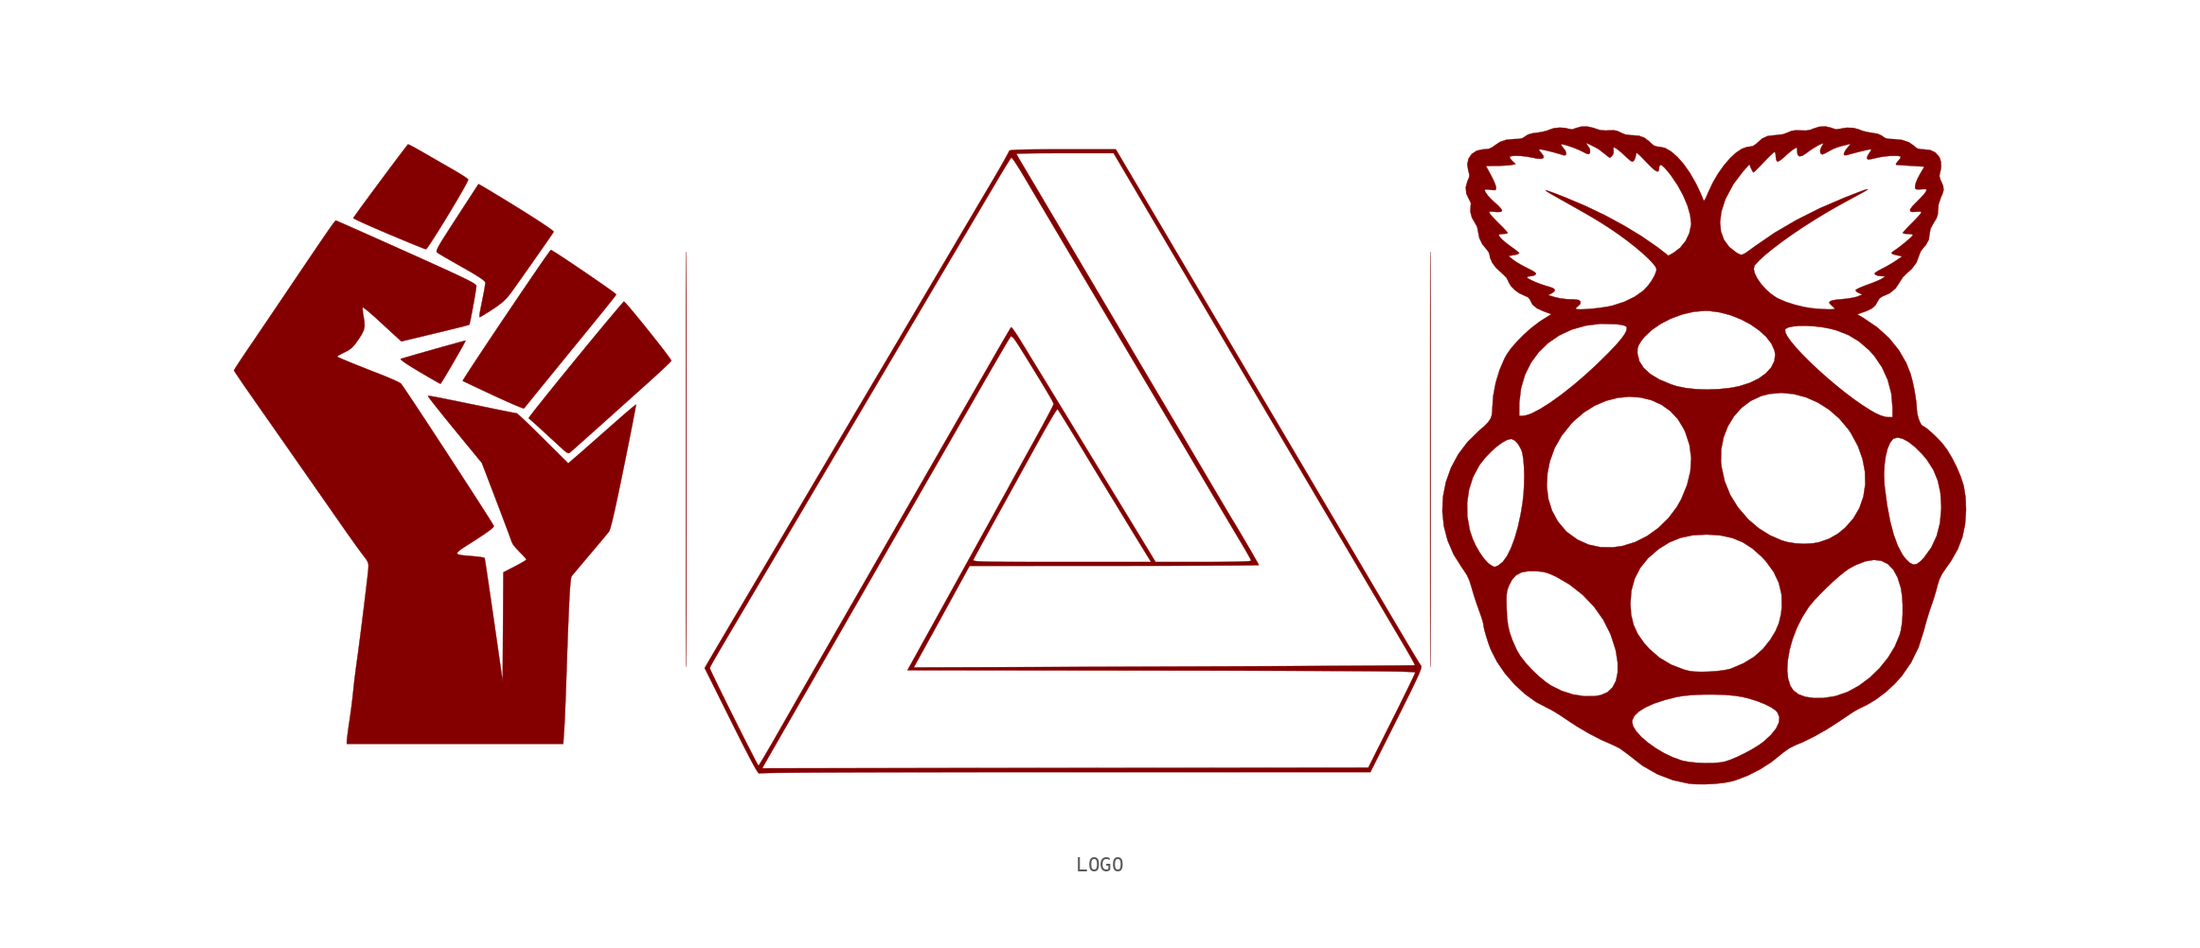
<source format=kicad_sym>
(kicad_symbol_lib
  (version 20210619)
  (generator bitmap2component)
  (symbol "LOGO"
    (pin_names
      (offset 1.016))
    (property "Reference" "#G"
      (at 0 21.548 0)
      (effects (font (size 1.27 1.27)) hide))
    (symbol "LOGO_0_0"
      (polyline (pts (xy -26.954 -13.678) (xy -26.952 -13.486) (xy -26.951 -13.136) (xy -26.949 -12.626) (xy -26.947 -11.952) (xy -26.945 -11.113) (xy -26.943 -9.913) (xy -26.941 -8.165) (xy -26.939 -6.297) (xy -26.937 -4.34) (xy -26.937 -2.32) (xy -26.936 -0.268) (xy -26.936 1.787) (xy -26.937 3.818) (xy -26.938 5.795) (xy -26.94 7.689) (xy -26.942 9.471) (xy -26.945 11.113) (xy -26.947 11.832) (xy -26.948 12.531) (xy -26.95 13.067) (xy -26.952 13.441) (xy -26.953 13.658) (xy -26.955 13.72) (xy -26.956 13.63) (xy -26.958 13.392) (xy -26.959 13.007) (xy -26.96 12.479) (xy -26.962 11.812) (xy -26.963 11.007) (xy -26.964 10.069) (xy -26.965 9) (xy -26.965 7.802) (xy -26.966 6.48) (xy -26.966 5.035) (xy -26.967 3.472) (xy -26.967 1.792) (xy -26.967 0) (xy -26.967 -1.519) (xy -26.967 -3.216) (xy -26.966 -4.798) (xy -26.966 -6.261) (xy -26.965 -7.603) (xy -26.965 -8.82) (xy -26.964 -9.91) (xy -26.963 -10.869) (xy -26.962 -11.695) (xy -26.961 -12.384) (xy -26.959 -12.934) (xy -26.958 -13.341) (xy -26.957 -13.603) (xy -26.955 -13.716) (xy -26.954 -13.678)) (stroke (width 0.01)) (fill (type outline)))
      (polyline (pts (xy 22.153 -13.678) (xy 22.154 -13.486) (xy 22.156 -13.136) (xy 22.158 -12.626) (xy 22.16 -11.952) (xy 22.161 -11.113) (xy 22.164 -9.913) (xy 22.166 -8.165) (xy 22.168 -6.297) (xy 22.169 -4.34) (xy 22.17 -2.32) (xy 22.17 -0.268) (xy 22.17 1.787) (xy 22.169 3.818) (xy 22.168 5.795) (xy 22.166 7.689) (xy 22.164 9.471) (xy 22.161 11.113) (xy 22.16 11.832) (xy 22.158 12.531) (xy 22.157 13.067) (xy 22.155 13.441) (xy 22.153 13.658) (xy 22.152 13.72) (xy 22.15 13.63) (xy 22.149 13.392) (xy 22.147 13.007) (xy 22.146 12.479) (xy 22.145 11.812) (xy 22.144 11.007) (xy 22.143 10.069) (xy 22.142 9) (xy 22.141 7.802) (xy 22.141 6.48) (xy 22.14 5.035) (xy 22.14 3.472) (xy 22.14 1.792) (xy 22.14 -1.519) (xy 22.14 -3.216) (xy 22.14 -4.798) (xy 22.141 -6.261) (xy 22.141 -7.603) (xy 22.142 -8.82) (xy 22.143 -9.91) (xy 22.144 -10.869) (xy 22.145 -11.695) (xy 22.146 -12.384) (xy 22.147 -12.934) (xy 22.148 -13.341) (xy 22.15 -13.603) (xy 22.151 -13.716) (xy 22.153 -13.678)) (stroke (width 0.01)) (fill (type outline)))
      (polyline (pts (xy 40.924 -21.432) (xy 41.51 -21.371) (xy 41.995 -21.283) (xy 42.327 -21.189) (xy 43.116 -20.886) (xy 43.915 -20.478) (xy 44.672 -19.995) (xy 45.333 -19.464) (xy 45.427 -19.382) (xy 45.846 -19.084) (xy 46.27 -18.873) (xy 46.787 -18.658) (xy 47.545 -18.281) (xy 48.355 -17.818) (xy 49.177 -17.289) (xy 49.259 -17.233) (xy 49.63 -16.981) (xy 49.9 -16.8) (xy 50.101 -16.67) (xy 50.268 -16.57) (xy 50.434 -16.482) (xy 50.632 -16.384) (xy 50.895 -16.258) (xy 50.973 -16.219) (xy 51.576 -15.858) (xy 52.195 -15.39) (xy 52.782 -14.857) (xy 53.285 -14.298) (xy 53.891 -13.418) (xy 54.383 -12.415) (xy 54.732 -11.322) (xy 54.791 -11.089) (xy 54.929 -10.595) (xy 55.077 -10.11) (xy 55.212 -9.714) (xy 55.224 -9.68) (xy 55.371 -9.248) (xy 55.513 -8.783) (xy 55.621 -8.38) (xy 55.628 -8.35) (xy 55.755 -7.93) (xy 55.927 -7.574) (xy 56.187 -7.194) (xy 56.525 -6.716) (xy 56.973 -5.925) (xy 57.279 -5.125) (xy 57.456 -4.277) (xy 57.517 -3.344) (xy 57.517 -3.312) (xy 57.482 -2.473) (xy 57.37 -1.778) (xy 57.344 -1.674) (xy 57.159 -1.114) (xy 56.903 -0.509) (xy 56.602 0.088) (xy 56.281 0.624) (xy 55.967 1.047) (xy 55.803 1.227) (xy 55.532 1.504) (xy 55.253 1.768) (xy 54.997 1.99) (xy 54.794 2.144) (xy 54.677 2.201) (xy 54.58 2.275) (xy 54.472 2.467) (xy 54.373 2.731) (xy 54.3 3.017) (xy 54.271 3.277) (xy 54.271 3.288) (xy 54.246 3.679) (xy 54.18 4.172) (xy 54.085 4.708) (xy 53.971 5.228) (xy 53.847 5.675) (xy 53.577 6.364) (xy 53.083 7.223) (xy 52.443 8.013) (xy 51.662 8.724) (xy 50.749 9.347) (xy 50.334 9.591) (xy 50.793 9.748) (xy 50.961 9.809) (xy 51.306 9.98) (xy 51.538 10.189) (xy 51.698 10.467) (xy 51.813 10.652) (xy 52.032 10.788) (xy 52.054 10.794) (xy 52.487 10.986) (xy 52.857 11.292) (xy 53.112 11.669) (xy 53.123 11.691) (xy 53.346 12.037) (xy 53.632 12.321) (xy 53.933 12.588) (xy 54.245 13.007) (xy 54.408 13.45) (xy 54.41 13.461) (xy 54.523 13.744) (xy 54.711 13.995) (xy 54.863 14.162) (xy 55.058 14.522) (xy 55.118 14.955) (xy 55.178 15.254) (xy 55.393 15.648) (xy 55.562 15.924) (xy 55.648 16.185) (xy 55.673 16.51) (xy 55.703 16.847) (xy 55.864 17.332) (xy 55.948 17.507) (xy 56.034 17.794) (xy 56.011 18.058) (xy 55.88 18.372) (xy 55.813 18.516) (xy 55.759 18.731) (xy 55.796 18.924) (xy 55.809 18.96) (xy 55.872 19.294) (xy 55.862 19.643) (xy 55.782 19.922) (xy 55.731 20.01) (xy 55.485 20.287) (xy 55.156 20.441) (xy 54.713 20.489) (xy 54.525 20.496) (xy 54.295 20.549) (xy 54.136 20.671) (xy 54.106 20.703) (xy 53.757 20.95) (xy 53.295 21.108) (xy 52.753 21.165) (xy 52.665 21.166) (xy 52.364 21.186) (xy 52.166 21.241) (xy 52.017 21.346) (xy 51.957 21.394) (xy 51.693 21.512) (xy 51.291 21.584) (xy 51.042 21.622) (xy 50.72 21.698) (xy 50.487 21.785) (xy 50.439 21.809) (xy 50.072 21.906) (xy 49.636 21.92) (xy 49.202 21.847) (xy 48.931 21.81) (xy 48.677 21.889) (xy 48.627 21.913) (xy 48.25 22.002) (xy 47.827 21.983) (xy 47.431 21.856) (xy 47.253 21.782) (xy 46.972 21.73) (xy 46.602 21.738) (xy 46.271 21.748) (xy 46.001 21.707) (xy 45.738 21.599) (xy 45.454 21.489) (xy 44.915 21.421) (xy 44.848 21.42) (xy 44.418 21.367) (xy 44.069 21.209) (xy 43.736 20.92) (xy 43.665 20.85) (xy 43.44 20.7) (xy 43.177 20.659) (xy 43.074 20.651) (xy 42.723 20.527) (xy 42.338 20.27) (xy 41.936 19.898) (xy 41.534 19.432) (xy 41.15 18.89) (xy 40.8 18.292) (xy 40.502 17.657) (xy 40.45 17.531) (xy 40.33 17.26) (xy 40.252 17.123) (xy 40.201 17.1) (xy 40.165 17.174) (xy 40.151 17.217) (xy 40.067 17.424) (xy 39.937 17.717) (xy 39.782 18.047) (xy 39.672 18.267) (xy 39.289 18.935) (xy 38.88 19.516) (xy 38.461 19.993) (xy 38.044 20.353) (xy 37.645 20.58) (xy 37.277 20.659) (xy 37.154 20.664) (xy 36.918 20.735) (xy 36.698 20.92) (xy 36.623 20.996) (xy 36.3 21.249) (xy 35.946 21.382) (xy 35.501 21.421) (xy 35.417 21.422) (xy 35.025 21.47) (xy 34.718 21.599) (xy 34.697 21.612) (xy 34.483 21.711) (xy 34.246 21.749) (xy 33.913 21.74) (xy 33.737 21.731) (xy 33.374 21.756) (xy 33.062 21.856) (xy 32.956 21.899) (xy 32.533 21.995) (xy 32.108 21.991) (xy 31.75 21.887) (xy 31.519 21.807) (xy 31.284 21.844) (xy 31.065 21.9) (xy 30.688 21.925) (xy 30.311 21.886) (xy 30.014 21.787) (xy 29.83 21.715) (xy 29.524 21.64) (xy 29.186 21.588) (xy 28.91 21.551) (xy 28.613 21.47) (xy 28.419 21.348) (xy 28.396 21.328) (xy 28.239 21.229) (xy 28.025 21.18) (xy 27.699 21.167) (xy 27.673 21.167) (xy 27.165 21.12) (xy 26.747 20.976) (xy 26.361 20.714) (xy 26.251 20.629) (xy 26.008 20.519) (xy 25.692 20.489) (xy 25.622 20.488) (xy 25.211 20.395) (xy 24.889 20.181) (xy 24.677 19.873) (xy 24.594 19.498) (xy 24.66 19.082) (xy 24.677 19.031) (xy 24.733 18.81) (xy 24.715 18.635) (xy 24.615 18.412) (xy 24.605 18.391) (xy 24.494 17.983) (xy 24.51 17.804) (xy 25.739 17.804) (xy 25.757 17.823) (xy 25.894 17.838) (xy 26.12 17.818) (xy 26.254 17.799) (xy 26.421 17.792) (xy 26.488 17.84) (xy 26.499 17.961) (xy 26.497 17.99) (xy 26.439 18.185) (xy 26.321 18.463) (xy 26.164 18.775) (xy 25.829 19.389) (xy 26.567 19.399) (xy 26.68 19.401) (xy 27.043 19.415) (xy 27.35 19.436) (xy 27.545 19.462) (xy 27.785 19.516) (xy 27.569 19.718) (xy 27.543 19.744) (xy 27.422 19.894) (xy 27.397 19.994) (xy 27.412 20.009) (xy 27.564 20.052) (xy 27.831 20.064) (xy 28.172 20.048) (xy 28.546 20.005) (xy 28.912 19.936) (xy 29.22 19.877) (xy 29.503 19.864) (xy 29.636 19.93) (xy 29.618 20.073) (xy 29.449 20.293) (xy 29.356 20.398) (xy 29.326 20.472) (xy 29.408 20.489) (xy 29.54 20.47) (xy 29.79 20.416) (xy 30.105 20.34) (xy 30.433 20.253) (xy 30.724 20.171) (xy 30.926 20.104) (xy 30.949 20.096) (xy 31.085 20.103) (xy 31.13 20.211) (xy 31.082 20.382) (xy 30.941 20.579) (xy 30.886 20.638) (xy 30.789 20.779) (xy 30.824 20.826) (xy 30.841 20.825) (xy 31.046 20.782) (xy 31.344 20.69) (xy 31.683 20.567) (xy 32.008 20.432) (xy 32.267 20.305) (xy 32.48 20.196) (xy 32.606 20.172) (xy 32.678 20.23) (xy 32.704 20.285) (xy 32.69 20.506) (xy 32.52 20.774) (xy 32.477 20.825) (xy 32.44 20.888) (xy 32.508 20.877) (xy 32.707 20.797) (xy 33.257 20.503) (xy 33.788 20.093) (xy 33.83 20.055) (xy 33.962 19.951) (xy 34.05 19.955) (xy 34.158 20.061) (xy 34.247 20.199) (xy 34.255 20.448) (xy 34.228 20.571) (xy 34.257 20.625) (xy 34.391 20.565) (xy 34.395 20.563) (xy 34.555 20.451) (xy 34.785 20.261) (xy 35.036 20.033) (xy 35.165 19.912) (xy 35.352 19.747) (xy 35.467 19.678) (xy 35.542 19.69) (xy 35.61 19.766) (xy 35.683 19.909) (xy 35.733 20.146) (xy 35.734 20.169) (xy 35.754 20.236) (xy 35.812 20.232) (xy 35.927 20.142) (xy 36.118 19.954) (xy 36.403 19.654) (xy 36.722 19.328) (xy 36.968 19.113) (xy 37.133 19.024) (xy 37.225 19.056) (xy 37.255 19.203) (xy 37.267 19.357) (xy 37.325 19.461) (xy 37.44 19.433) (xy 37.622 19.269) (xy 37.883 18.965) (xy 38.049 18.75) (xy 38.483 18.108) (xy 38.846 17.439) (xy 39.125 16.778) (xy 39.304 16.159) (xy 39.361 15.678) (xy 41.28 15.678) (xy 41.366 16.361) (xy 41.599 17.1) (xy 41.67 17.267) (xy 42.164 18.192) (xy 42.796 19.027) (xy 43.217 19.499) (xy 43.325 19.232) (xy 43.337 19.206) (xy 43.422 19.035) (xy 43.483 18.965) (xy 43.538 19.006) (xy 43.689 19.149) (xy 43.908 19.369) (xy 44.169 19.643) (xy 44.389 19.872) (xy 44.623 20.104) (xy 44.797 20.262) (xy 44.882 20.32) (xy 44.891 20.318) (xy 44.939 20.223) (xy 44.958 20.029) (xy 44.958 20.003) (xy 44.988 19.796) (xy 45.051 19.68) (xy 45.145 19.699) (xy 45.322 19.814) (xy 45.538 19.999) (xy 45.731 20.176) (xy 45.973 20.38) (xy 46.155 20.513) (xy 46.166 20.52) (xy 46.316 20.601) (xy 46.367 20.567) (xy 46.367 20.391) (xy 46.367 20.378) (xy 46.399 20.13) (xy 46.517 20.025) (xy 46.719 20.066) (xy 47.001 20.253) (xy 47.125 20.349) (xy 47.373 20.519) (xy 47.631 20.677) (xy 47.862 20.802) (xy 48.027 20.873) (xy 48.091 20.869) (xy 48.056 20.785) (xy 47.962 20.625) (xy 47.933 20.575) (xy 47.883 20.38) (xy 47.915 20.218) (xy 48.021 20.151) (xy 48.075 20.165) (xy 48.25 20.245) (xy 48.48 20.372) (xy 48.494 20.38) (xy 48.73 20.506) (xy 48.974 20.606) (xy 49.279 20.7) (xy 49.697 20.805) (xy 49.906 20.855) (xy 49.676 20.581) (xy 49.528 20.38) (xy 49.448 20.196) (xy 49.484 20.098) (xy 49.636 20.104) (xy 49.81 20.155) (xy 50.142 20.245) (xy 50.491 20.335) (xy 50.814 20.413) (xy 51.065 20.468) (xy 51.198 20.489) (xy 51.238 20.484) (xy 51.249 20.421) (xy 51.145 20.266) (xy 51.115 20.226) (xy 50.995 20.016) (xy 50.981 19.868) (xy 51.075 19.815) (xy 51.176 19.829) (xy 51.403 19.875) (xy 51.689 19.941) (xy 51.784 19.962) (xy 52.127 20.018) (xy 52.486 20.053) (xy 52.815 20.064) (xy 53.068 20.05) (xy 53.2 20.008) (xy 53.207 19.991) (xy 53.161 19.876) (xy 53.029 19.712) (xy 52.968 19.646) (xy 52.879 19.512) (xy 52.922 19.463) (xy 52.991 19.458) (xy 53.211 19.443) (xy 53.529 19.423) (xy 53.904 19.399) (xy 54.765 19.346) (xy 54.465 18.838) (xy 54.319 18.56) (xy 54.203 18.279) (xy 54.155 18.076) (xy 54.154 17.951) (xy 54.189 17.864) (xy 54.308 17.838) (xy 54.552 17.848) (xy 54.746 17.859) (xy 54.883 17.849) (xy 54.91 17.797) (xy 54.857 17.683) (xy 54.842 17.658) (xy 54.71 17.49) (xy 54.5 17.26) (xy 54.248 17.009) (xy 53.975 16.73) (xy 53.831 16.528) (xy 53.827 16.404) (xy 53.962 16.352) (xy 54.237 16.363) (xy 54.297 16.369) (xy 54.489 16.38) (xy 54.556 16.348) (xy 54.529 16.263) (xy 54.501 16.222) (xy 54.365 16.061) (xy 54.153 15.834) (xy 53.898 15.576) (xy 53.77 15.448) (xy 53.55 15.219) (xy 53.398 15.048) (xy 53.341 14.965) (xy 53.349 14.951) (xy 53.467 14.915) (xy 53.679 14.901) (xy 53.754 14.899) (xy 53.942 14.875) (xy 54.017 14.831) (xy 54.008 14.811) (xy 53.904 14.7) (xy 53.712 14.526) (xy 53.468 14.32) (xy 53.206 14.109) (xy 52.962 13.924) (xy 52.769 13.792) (xy 52.649 13.711) (xy 52.595 13.625) (xy 52.687 13.559) (xy 52.938 13.494) (xy 53.298 13.417) (xy 52.88 13.128) (xy 52.686 13.002) (xy 52.32 12.786) (xy 51.97 12.601) (xy 51.731 12.476) (xy 51.548 12.36) (xy 51.477 12.286) (xy 51.523 12.209) (xy 51.7 12.135) (xy 51.969 12.107) (xy 52.192 12.107) (xy 51.983 11.96) (xy 51.922 11.923) (xy 51.693 11.813) (xy 51.374 11.681) (xy 51.016 11.549) (xy 50.828 11.481) (xy 50.528 11.359) (xy 50.315 11.256) (xy 50.226 11.188) (xy 50.225 11.186) (xy 50.275 11.091) (xy 50.433 10.997) (xy 50.673 10.901) (xy 50.377 10.774) (xy 50.33 10.756) (xy 50.07 10.69) (xy 49.721 10.632) (xy 49.342 10.592) (xy 48.922 10.551) (xy 48.636 10.494) (xy 48.499 10.417) (xy 48.502 10.315) (xy 48.635 10.18) (xy 48.648 10.17) (xy 48.793 10.04) (xy 48.853 9.957) (xy 48.839 9.944) (xy 48.702 9.922) (xy 48.445 9.918) (xy 48.103 9.929) (xy 47.71 9.955) (xy 47.301 9.995) (xy 46.867 10.065) (xy 46.24 10.215) (xy 45.632 10.411) (xy 45.117 10.631) (xy 45.005 10.691) (xy 44.632 10.948) (xy 44.283 11.264) (xy 43.977 11.612) (xy 43.732 11.967) (xy 43.568 12.301) (xy 43.503 12.589) (xy 43.557 12.804) (xy 43.612 12.878) (xy 43.884 13.169) (xy 44.278 13.525) (xy 44.776 13.932) (xy 45.358 14.374) (xy 46.006 14.837) (xy 46.7 15.307) (xy 47.422 15.77) (xy 47.783 15.992) (xy 48.163 16.224) (xy 48.525 16.438) (xy 48.902 16.654) (xy 49.328 16.892) (xy 49.837 17.17) (xy 50.461 17.508) (xy 50.695 17.636) (xy 50.924 17.768) (xy 51.028 17.843) (xy 51.002 17.857) (xy 50.84 17.811) (xy 50.537 17.703) (xy 50.088 17.531) (xy 49.488 17.296) (xy 47.858 16.595) (xy 46.308 15.815) (xy 44.872 14.973) (xy 43.576 14.084) (xy 43.248 13.841) (xy 42.998 13.665) (xy 42.828 13.565) (xy 42.709 13.528) (xy 42.611 13.539) (xy 42.507 13.587) (xy 42.362 13.667) (xy 41.882 14.043) (xy 41.541 14.509) (xy 41.339 15.057) (xy 41.28 15.678) (xy 39.361 15.678) (xy 39.369 15.615) (xy 39.365 15.488) (xy 39.252 14.949) (xy 39.005 14.435) (xy 38.648 13.989) (xy 38.208 13.654) (xy 37.871 13.465) (xy 37.372 13.853) (xy 37.104 14.057) (xy 36.082 14.761) (xy 34.937 15.457) (xy 33.703 16.124) (xy 32.415 16.744) (xy 31.107 17.297) (xy 31.104 17.299) (xy 30.543 17.518) (xy 30.136 17.672) (xy 29.881 17.76) (xy 29.773 17.78) (xy 29.812 17.732) (xy 29.994 17.615) (xy 30.316 17.427) (xy 30.776 17.167) (xy 31.203 16.928) (xy 31.843 16.567) (xy 32.372 16.265) (xy 32.814 16.007) (xy 33.193 15.78) (xy 33.532 15.569) (xy 33.856 15.36) (xy 34.189 15.14) (xy 34.612 14.847) (xy 35.164 14.441) (xy 35.679 14.036) (xy 36.138 13.648) (xy 36.526 13.291) (xy 36.825 12.982) (xy 37.016 12.736) (xy 37.084 12.567) (xy 37.07 12.457) (xy 36.963 12.167) (xy 36.774 11.829) (xy 36.529 11.49) (xy 36.258 11.197) (xy 36.196 11.141) (xy 35.642 10.749) (xy 34.962 10.418) (xy 34.19 10.167) (xy 33.918 10.108) (xy 33.546 10.046) (xy 33.138 9.993) (xy 32.728 9.952) (xy 32.351 9.925) (xy 32.04 9.915) (xy 31.828 9.925) (xy 31.75 9.959) (xy 31.787 10.029) (xy 31.919 10.14) (xy 32.054 10.272) (xy 32.075 10.422) (xy 31.955 10.532) (xy 31.86 10.553) (xy 31.626 10.575) (xy 31.335 10.583) (xy 31.165 10.59) (xy 30.759 10.639) (xy 30.392 10.719) (xy 29.934 10.855) (xy 30.165 10.976) (xy 30.338 11.095) (xy 30.376 11.216) (xy 30.247 11.326) (xy 29.951 11.426) (xy 29.748 11.483) (xy 29.414 11.596) (xy 29.086 11.724) (xy 28.804 11.851) (xy 28.607 11.959) (xy 28.533 12.034) (xy 28.602 12.085) (xy 28.776 12.107) (xy 28.965 12.137) (xy 29.112 12.219) (xy 29.13 12.281) (xy 29.059 12.367) (xy 28.872 12.484) (xy 28.549 12.649) (xy 28.476 12.686) (xy 28.131 12.87) (xy 27.82 13.055) (xy 27.605 13.205) (xy 27.315 13.442) (xy 27.67 13.502) (xy 27.762 13.519) (xy 27.95 13.573) (xy 28.025 13.625) (xy 27.964 13.698) (xy 27.798 13.835) (xy 27.563 14.006) (xy 27.545 14.018) (xy 27.201 14.272) (xy 26.923 14.508) (xy 26.738 14.701) (xy 26.67 14.828) (xy 26.672 14.838) (xy 26.77 14.883) (xy 26.966 14.901) (xy 27.005 14.902) (xy 27.188 14.924) (xy 27.263 14.967) (xy 27.249 14.995) (xy 27.144 15.123) (xy 26.956 15.324) (xy 26.712 15.566) (xy 26.604 15.672) (xy 26.362 15.92) (xy 26.176 16.124) (xy 26.081 16.249) (xy 26.057 16.3) (xy 26.062 16.361) (xy 26.168 16.378) (xy 26.409 16.36) (xy 26.598 16.347) (xy 26.81 16.36) (xy 26.89 16.426) (xy 26.836 16.558) (xy 26.647 16.765) (xy 26.321 17.06) (xy 26.174 17.197) (xy 25.954 17.437) (xy 25.798 17.654) (xy 25.739 17.804) (xy 24.51 17.804) (xy 24.531 17.563) (xy 24.712 17.184) (xy 24.724 17.168) (xy 24.833 16.943) (xy 24.817 16.71) (xy 24.797 16.37) (xy 24.9 15.98) (xy 25.112 15.605) (xy 25.24 15.382) (xy 25.315 15.031) (xy 25.316 15.002) (xy 25.395 14.617) (xy 25.586 14.225) (xy 25.857 13.892) (xy 25.871 13.878) (xy 26.017 13.677) (xy 26.077 13.48) (xy 26.096 13.332) (xy 26.237 13.004) (xy 26.493 12.661) (xy 26.84 12.339) (xy 26.91 12.282) (xy 27.179 12.012) (xy 27.304 11.772) (xy 27.32 11.718) (xy 27.472 11.462) (xy 27.726 11.2) (xy 28.035 10.976) (xy 28.352 10.831) (xy 28.607 10.716) (xy 28.738 10.551) (xy 28.743 10.531) (xy 28.899 10.233) (xy 29.184 9.992) (xy 29.618 9.791) (xy 30.146 9.6) (xy 29.487 9.185) (xy 29.285 9.049) (xy 28.807 8.678) (xy 28.319 8.242) (xy 27.861 7.778) (xy 27.471 7.324) (xy 27.188 6.919) (xy 27.051 6.669) (xy 26.722 5.904) (xy 26.468 5.059) (xy 26.305 4.189) (xy 26.246 3.354) (xy 26.244 3.208) (xy 26.213 2.928) (xy 26.196 2.879) (xy 28.025 2.879) (xy 28.026 3.535) (xy 28.031 3.765) (xy 28.146 4.713) (xy 28.405 5.59) (xy 28.799 6.387) (xy 29.317 7.093) (xy 29.947 7.701) (xy 30.679 8.2) (xy 31.501 8.583) (xy 32.405 8.839) (xy 33.377 8.96) (xy 34.409 8.936) (xy 34.735 8.896) (xy 35 8.833) (xy 35.11 8.754) (xy 35.124 8.694) (xy 35.099 8.512) (xy 34.978 8.272) (xy 34.752 7.962) (xy 34.414 7.569) (xy 33.956 7.083) (xy 35.827 7.083) (xy 35.837 7.334) (xy 35.91 7.548) (xy 36.068 7.809) (xy 36.257 8.058) (xy 36.744 8.529) (xy 37.35 8.95) (xy 38.039 9.305) (xy 38.78 9.579) (xy 39.54 9.756) (xy 40.285 9.82) (xy 40.538 9.813) (xy 41.245 9.721) (xy 41.954 9.534) (xy 42.64 9.264) (xy 43.279 8.928) (xy 43.78 8.583) (xy 45.577 8.583) (xy 45.604 8.624) (xy 45.781 8.72) (xy 46.085 8.787) (xy 46.488 8.822) (xy 46.96 8.827) (xy 47.472 8.8) (xy 47.995 8.741) (xy 48.5 8.649) (xy 48.954 8.53) (xy 49.746 8.223) (xy 50.452 7.795) (xy 51.111 7.226) (xy 51.454 6.846) (xy 51.966 6.091) (xy 52.346 5.255) (xy 52.581 4.363) (xy 52.663 3.445) (xy 52.663 2.794) (xy 52.345 2.796) (xy 52.232 2.806) (xy 51.899 2.899) (xy 51.519 3.072) (xy 51.203 3.253) (xy 50.666 3.595) (xy 50.095 3.997) (xy 49.502 4.446) (xy 48.903 4.929) (xy 48.311 5.432) (xy 47.742 5.942) (xy 47.208 6.445) (xy 46.726 6.928) (xy 46.309 7.379) (xy 45.971 7.783) (xy 45.727 8.127) (xy 45.591 8.398) (xy 45.577 8.583) (xy 43.78 8.583) (xy 43.847 8.537) (xy 44.319 8.107) (xy 44.67 7.652) (xy 44.877 7.184) (xy 44.918 6.924) (xy 44.86 6.49) (xy 44.651 6.075) (xy 44.303 5.691) (xy 43.829 5.349) (xy 43.239 5.062) (xy 42.545 4.841) (xy 41.946 4.726) (xy 41.208 4.648) (xy 40.435 4.622) (xy 39.676 4.647) (xy 38.98 4.724) (xy 38.396 4.851) (xy 38.019 4.973) (xy 37.275 5.285) (xy 36.681 5.643) (xy 36.24 6.044) (xy 35.957 6.485) (xy 35.835 6.963) (xy 35.827 7.083) (xy 33.956 7.083) (xy 33.954 7.081) (xy 33.868 6.994) (xy 33.111 6.249) (xy 32.333 5.537) (xy 31.556 4.875) (xy 30.8 4.279) (xy 30.087 3.766) (xy 29.437 3.352) (xy 28.871 3.055) (xy 28.754 3.006) (xy 28.475 2.917) (xy 28.258 2.881) (xy 28.025 2.879) (xy 26.196 2.879) (xy 26.13 2.691) (xy 25.974 2.462) (xy 25.723 2.205) (xy 25.356 1.885) (xy 25.35 1.88) (xy 24.604 1.148) (xy 23.993 0.333) (xy 23.52 -0.548) (xy 23.187 -1.479) (xy 22.995 -2.442) (xy 22.974 -2.881) (xy 24.585 -2.881) (xy 24.709 -2.008) (xy 24.97 -1.182) (xy 25.366 -0.433) (xy 25.453 -0.305) (xy 25.777 0.104) (xy 26.143 0.492) (xy 26.524 0.834) (xy 26.892 1.108) (xy 27.218 1.289) (xy 27.476 1.355) (xy 27.517 1.352) (xy 27.742 1.243) (xy 27.965 0.995) (xy 28.163 0.634) (xy 28.228 0.422) (xy 28.295 0.018) (xy 28.337 -0.491) (xy 28.354 -1.072) (xy 28.344 -1.687) (xy 28.339 -1.77) (xy 29.845 -1.77) (xy 29.892 -0.893) (xy 30.048 -0.12) (xy 30.363 0.752) (xy 30.826 1.566) (xy 31.447 2.344) (xy 31.629 2.534) (xy 32.298 3.108) (xy 33.017 3.556) (xy 33.768 3.877) (xy 34.534 4.072) (xy 35.298 4.143) (xy 36.044 4.09) (xy 36.754 3.913) (xy 37.412 3.614) (xy 38 3.194) (xy 38.501 2.653) (xy 38.9 1.991) (xy 38.984 1.805) (xy 39.261 0.959) (xy 39.373 0.097) (xy 39.358 -0.144) (xy 41.342 -0.144) (xy 41.359 0.674) (xy 41.514 1.458) (xy 41.797 2.19) (xy 42.197 2.848) (xy 42.702 3.413) (xy 43.302 3.865) (xy 43.984 4.184) (xy 44.515 4.324) (xy 45.318 4.397) (xy 46.136 4.321) (xy 46.95 4.106) (xy 47.738 3.758) (xy 48.478 3.286) (xy 49.151 2.698) (xy 49.736 2.002) (xy 49.933 1.708) (xy 50.379 0.88) (xy 50.682 0.033) (xy 50.843 -0.816) (xy 50.847 -0.988) (xy 52.105 -0.988) (xy 52.135 -0.366) (xy 52.213 0.207) (xy 52.336 0.704) (xy 52.497 1.092) (xy 52.691 1.344) (xy 52.733 1.375) (xy 52.995 1.445) (xy 53.324 1.373) (xy 53.711 1.164) (xy 54.144 0.824) (xy 54.613 0.357) (xy 54.914 0.002) (xy 55.35 -0.672) (xy 55.651 -1.399) (xy 55.824 -2.206) (xy 55.88 -3.117) (xy 55.879 -3.247) (xy 55.795 -4.199) (xy 55.578 -5.053) (xy 55.222 -5.819) (xy 54.726 -6.505) (xy 54.516 -6.726) (xy 54.262 -6.91) (xy 54.033 -6.943) (xy 53.8 -6.829) (xy 53.532 -6.568) (xy 53.325 -6.293) (xy 53.016 -5.715) (xy 52.743 -4.974) (xy 52.507 -4.073) (xy 52.308 -3.015) (xy 52.147 -1.802) (xy 52.13 -1.628) (xy 52.105 -0.988) (xy 50.847 -0.988) (xy 50.862 -1.65) (xy 50.74 -2.454) (xy 50.477 -3.21) (xy 50.074 -3.903) (xy 49.531 -4.515) (xy 49.047 -4.911) (xy 48.473 -5.239) (xy 47.815 -5.468) (xy 47.417 -5.541) (xy 46.85 -5.573) (xy 46.261 -5.545) (xy 45.724 -5.457) (xy 45.346 -5.346) (xy 44.578 -5.012) (xy 43.84 -4.551) (xy 43.179 -3.99) (xy 43.129 -3.939) (xy 42.462 -3.164) (xy 41.953 -2.342) (xy 41.595 -1.458) (xy 41.38 -0.496) (xy 41.342 -0.144) (xy 39.358 -0.144) (xy 39.319 -0.784) (xy 39.1 -1.69) (xy 38.716 -2.625) (xy 38.424 -3.143) (xy 37.871 -3.877) (xy 37.211 -4.521) (xy 36.47 -5.055) (xy 35.671 -5.46) (xy 34.84 -5.716) (xy 34.217 -5.806) (xy 33.383 -5.794) (xy 32.597 -5.625) (xy 31.869 -5.299) (xy 31.208 -4.819) (xy 31.086 -4.706) (xy 30.574 -4.095) (xy 30.192 -3.389) (xy 29.947 -2.608) (xy 29.845 -1.77) (xy 28.339 -1.77) (xy 28.307 -2.302) (xy 28.242 -2.882) (xy 28.121 -3.611) (xy 27.936 -4.457) (xy 27.72 -5.21) (xy 27.479 -5.856) (xy 27.219 -6.377) (xy 26.945 -6.76) (xy 26.663 -6.989) (xy 26.509 -7.068) (xy 26.401 -7.098) (xy 26.291 -7.06) (xy 26.105 -6.948) (xy 25.96 -6.836) (xy 25.697 -6.546) (xy 25.423 -6.159) (xy 25.166 -5.711) (xy 24.95 -5.242) (xy 24.756 -4.652) (xy 24.6 -3.772) (xy 24.585 -2.881) (xy 22.974 -2.881) (xy 22.948 -3.421) (xy 23.047 -4.398) (xy 23.295 -5.356) (xy 23.692 -6.279) (xy 24.242 -7.15) (xy 24.326 -7.264) (xy 24.567 -7.638) (xy 24.736 -8.003) (xy 24.872 -8.443) (xy 24.905 -8.562) (xy 25.038 -9.005) (xy 25.133 -9.295) (xy 27.183 -9.295) (xy 27.19 -8.989) (xy 27.217 -8.756) (xy 27.267 -8.555) (xy 27.345 -8.345) (xy 27.543 -7.958) (xy 27.81 -7.657) (xy 28.157 -7.47) (xy 28.608 -7.384) (xy 29.186 -7.386) (xy 29.53 -7.42) (xy 29.828 -7.485) (xy 30.139 -7.601) (xy 30.528 -7.787) (xy 31.346 -8.267) (xy 32.206 -8.941) (xy 32.761 -9.522) (xy 35.363 -9.522) (xy 35.431 -8.661) (xy 35.646 -7.878) (xy 36.012 -7.167) (xy 36.533 -6.522) (xy 37.211 -5.934) (xy 37.235 -5.917) (xy 37.932 -5.482) (xy 38.66 -5.185) (xy 39.453 -5.015) (xy 40.344 -4.962) (xy 40.453 -4.963) (xy 41.323 -5.024) (xy 42.085 -5.189) (xy 42.769 -5.47) (xy 43.406 -5.88) (xy 44.027 -6.432) (xy 44.307 -6.734) (xy 44.815 -7.429) (xy 45.157 -8.159) (xy 45.337 -8.927) (xy 45.355 -9.737) (xy 45.302 -10.217) (xy 45.166 -10.803) (xy 44.937 -11.347) (xy 44.59 -11.918) (xy 44.101 -12.53) (xy 43.519 -13.044) (xy 42.825 -13.468) (xy 41.996 -13.82) (xy 41.911 -13.847) (xy 41.575 -13.917) (xy 45.716 -13.917) (xy 45.75 -13.278) (xy 45.869 -12.588) (xy 46.069 -11.872) (xy 46.346 -11.15) (xy 46.697 -10.445) (xy 47.116 -9.779) (xy 47.214 -9.649) (xy 47.507 -9.304) (xy 47.878 -8.908) (xy 48.295 -8.492) (xy 48.727 -8.084) (xy 49.143 -7.715) (xy 49.512 -7.415) (xy 49.801 -7.213) (xy 50.242 -6.975) (xy 50.876 -6.729) (xy 51.442 -6.638) (xy 51.938 -6.7) (xy 52.364 -6.917) (xy 52.718 -7.286) (xy 53.001 -7.808) (xy 53.21 -8.483) (xy 53.213 -8.495) (xy 53.293 -9.011) (xy 53.332 -9.617) (xy 53.33 -10.25) (xy 53.287 -10.845) (xy 53.203 -11.34) (xy 53.132 -11.593) (xy 52.816 -12.355) (xy 52.365 -13.096) (xy 51.805 -13.79) (xy 51.16 -14.415) (xy 50.453 -14.943) (xy 49.711 -15.353) (xy 48.956 -15.617) (xy 48.787 -15.656) (xy 48.107 -15.758) (xy 47.475 -15.766) (xy 46.917 -15.684) (xy 46.458 -15.516) (xy 46.123 -15.264) (xy 45.921 -14.956) (xy 45.772 -14.484) (xy 45.716 -13.917) (xy 41.575 -13.917) (xy 41.542 -13.924) (xy 41.073 -13.982) (xy 40.556 -14.019) (xy 40.044 -14.031) (xy 39.589 -14.017) (xy 39.243 -13.972) (xy 38.916 -13.889) (xy 38.059 -13.562) (xy 37.283 -13.099) (xy 36.614 -12.517) (xy 36.274 -12.135) (xy 35.855 -11.541) (xy 35.575 -10.933) (xy 35.415 -10.274) (xy 35.363 -9.525) (xy 35.363 -9.522) (xy 32.761 -9.522) (xy 32.951 -9.72) (xy 33.569 -10.592) (xy 34.047 -11.541) (xy 34.376 -12.554) (xy 34.407 -12.69) (xy 34.521 -13.433) (xy 34.52 -14.081) (xy 34.406 -14.627) (xy 34.182 -15.062) (xy 33.851 -15.377) (xy 33.416 -15.566) (xy 33.011 -15.637) (xy 32.31 -15.643) (xy 31.571 -15.526) (xy 30.835 -15.292) (xy 30.141 -14.948) (xy 29.78 -14.703) (xy 29.32 -14.326) (xy 28.865 -13.892) (xy 28.449 -13.437) (xy 28.107 -12.998) (xy 27.875 -12.611) (xy 27.806 -12.466) (xy 27.566 -11.917) (xy 27.399 -11.441) (xy 27.291 -10.98) (xy 27.228 -10.48) (xy 27.196 -9.882) (xy 27.191 -9.715) (xy 27.183 -9.295) (xy 25.133 -9.295) (xy 25.197 -9.491) (xy 25.355 -9.936) (xy 25.436 -10.159) (xy 25.549 -10.487) (xy 25.625 -10.741) (xy 25.654 -10.878) (xy 25.672 -11.026) (xy 25.738 -11.316) (xy 25.84 -11.68) (xy 25.965 -12.072) (xy 26.099 -12.446) (xy 26.16 -12.597) (xy 26.563 -13.382) (xy 27.089 -14.147) (xy 27.71 -14.862) (xy 28.397 -15.497) (xy 29.124 -16.023) (xy 29.861 -16.41) (xy 30.056 -16.506) (xy 30.382 -16.692) (xy 30.756 -16.926) (xy 31.131 -17.179) (xy 31.38 -17.343) (xy 35.475 -17.343) (xy 35.485 -17.243) (xy 35.623 -16.948) (xy 35.916 -16.66) (xy 36.356 -16.384) (xy 36.931 -16.127) (xy 37.632 -15.894) (xy 38.448 -15.69) (xy 38.877 -15.62) (xy 39.494 -15.563) (xy 40.187 -15.534) (xy 40.909 -15.532) (xy 41.61 -15.558) (xy 42.242 -15.611) (xy 42.757 -15.692) (xy 43.188 -15.798) (xy 43.745 -15.974) (xy 44.252 -16.176) (xy 44.669 -16.388) (xy 44.957 -16.594) (xy 45.068 -16.719) (xy 45.193 -17.028) (xy 45.162 -17.382) (xy 44.978 -17.773) (xy 44.644 -18.194) (xy 44.163 -18.638) (xy 43.857 -18.861) (xy 43.413 -19.135) (xy 42.912 -19.408) (xy 42.404 -19.655) (xy 41.935 -19.852) (xy 41.555 -19.973) (xy 41.295 -20.017) (xy 40.813 -20.055) (xy 40.263 -20.06) (xy 39.703 -20.035) (xy 39.192 -19.981) (xy 38.788 -19.9) (xy 38.693 -19.872) (xy 38.12 -19.659) (xy 37.552 -19.383) (xy 37.01 -19.059) (xy 36.517 -18.707) (xy 36.094 -18.342) (xy 35.765 -17.981) (xy 35.551 -17.643) (xy 35.475 -17.343) (xy 31.38 -17.343) (xy 31.842 -17.648) (xy 32.639 -18.115) (xy 33.432 -18.525) (xy 34.163 -18.847) (xy 34.646 -19.082) (xy 35.213 -19.494) (xy 35.241 -19.519) (xy 36.153 -20.233) (xy 37.122 -20.789) (xy 38.144 -21.185) (xy 39.217 -21.42) (xy 39.218 -21.42) (xy 39.712 -21.46) (xy 40.303 -21.463) (xy 40.924 -21.432)) (stroke (width 0.01)) (fill (type outline)))
      (polyline (pts (xy -22.069 -20.735) (xy -21.834 -20.725) (xy -21.446 -20.716) (xy -20.903 -20.707) (xy -20.205 -20.7) (xy -19.35 -20.692) (xy -18.338 -20.686) (xy -17.166 -20.68) (xy -15.834 -20.675) (xy -14.341 -20.671) (xy -12.686 -20.667) (xy -10.867 -20.664) (xy -8.883 -20.662) (xy -6.733 -20.66) (xy -4.417 -20.659) (xy -1.932 -20.659) (xy 18.201 -20.659) (xy 19.93 -17.209) (xy 20.241 -16.588) (xy 20.602 -15.862) (xy 20.896 -15.265) (xy 21.128 -14.784) (xy 21.305 -14.407) (xy 21.431 -14.121) (xy 21.513 -13.912) (xy 21.556 -13.77) (xy 21.566 -13.681) (xy 21.549 -13.631) (xy 21.54 -13.621) (xy 21.509 -13.578) (xy 21.46 -13.504) (xy 21.39 -13.393) (xy 21.294 -13.237) (xy 21.168 -13.029) (xy 21.007 -12.762) (xy 20.808 -12.429) (xy 20.566 -12.022) (xy 20.277 -11.534) (xy 19.936 -10.958) (xy 19.54 -10.287) (xy 19.083 -9.513) (xy 18.562 -8.63) (xy 17.973 -7.629) (xy 17.31 -6.504) (xy 16.57 -5.247) (xy 15.749 -3.852) (xy 15.589 -3.58) (xy 15.052 -2.668) (xy 14.516 -1.758) (xy 13.992 -0.868) (xy 13.489 -0.016) (xy 13.02 0.781) (xy 12.594 1.504) (xy 12.222 2.134) (xy 11.915 2.655) (xy 11.683 3.048) (xy 11.425 3.486) (xy 11.03 4.155) (xy 10.596 4.891) (xy 10.147 5.652) (xy 9.711 6.393) (xy 9.312 7.07) (xy 9.016 7.572) (xy 8.584 8.307) (xy 8.131 9.075) (xy 7.684 9.833) (xy 7.271 10.534) (xy 6.917 11.134) (xy 6.818 11.301) (xy 6.431 11.956) (xy 6.014 12.664) (xy 5.595 13.374) (xy 5.203 14.038) (xy 4.869 14.605) (xy 4.645 14.985) (xy 4.285 15.594) (xy 3.882 16.277) (xy 3.461 16.992) (xy 3.045 17.698) (xy 2.659 18.352) (xy 1.398 20.489) (xy -2.123 20.489) (xy -2.516 20.489) (xy -3.351 20.487) (xy -4.034 20.483) (xy -4.578 20.476) (xy -4.996 20.465) (xy -5.299 20.451) (xy -5.5 20.433) (xy -5.611 20.411) (xy -5.646 20.384) (xy -5.676 20.308) (xy -5.783 20.102) (xy -5.955 19.79) (xy -6.181 19.39) (xy -6.449 18.925) (xy -6.748 18.415) (xy -6.924 18.117) (xy -7.16 17.718) (xy -7.374 17.356) (xy -7.574 17.017) (xy -7.769 16.687) (xy -7.966 16.353) (xy -8.175 15.999) (xy -8.403 15.613) (xy -8.659 15.179) (xy -8.95 14.684) (xy -9.287 14.113) (xy -9.676 13.453) (xy -10.126 12.689) (xy -10.646 11.808) (xy -11.243 10.795) (xy -11.527 10.313) (xy -12.004 9.505) (xy -12.467 8.72) (xy -12.907 7.974) (xy -13.314 7.285) (xy -13.676 6.672) (xy -13.983 6.152) (xy -14.226 5.742) (xy -14.393 5.461) (xy -14.452 5.361) (xy -14.654 5.021) (xy -14.926 4.561) (xy -15.258 3.998) (xy -15.64 3.352) (xy -16.059 2.641) (xy -16.507 1.882) (xy -16.972 1.095) (xy -17.442 0.296) (xy -17.553 0.108) (xy -18.045 -0.726) (xy -18.543 -1.57) (xy -19.033 -2.401) (xy -19.502 -3.197) (xy -19.938 -3.936) (xy -20.327 -4.596) (xy -20.656 -5.154) (xy -20.913 -5.588) (xy -21.034 -5.793) (xy -21.38 -6.378) (xy -21.782 -7.059) (xy -22.22 -7.801) (xy -22.673 -8.567) (xy -23.119 -9.323) (xy -23.539 -10.033) (xy -23.84 -10.543) (xy -24.204 -11.159) (xy -24.544 -11.735) (xy -24.847 -12.25) (xy -25.102 -12.684) (xy -25.296 -13.014) (xy -25.416 -13.219) (xy -25.742 -13.781) (xy -25.736 -13.792) (xy -25.4 -13.792) (xy -25.399 -13.784) (xy -25.389 -13.749) (xy -25.361 -13.686) (xy -25.308 -13.584) (xy -25.225 -13.434) (xy -25.106 -13.223) (xy -24.944 -12.942) (xy -24.732 -12.579) (xy -24.466 -12.125) (xy -24.137 -11.567) (xy -23.742 -10.896) (xy -23.272 -10.101) (xy -22.723 -9.171) (xy -22.375 -8.584) (xy -21.944 -7.853) (xy -21.477 -7.062) (xy -21 -6.254) (xy -20.541 -5.475) (xy -20.124 -4.769) (xy -19.894 -4.378) (xy -19.509 -3.726) (xy -19.087 -3.01) (xy -18.622 -2.221) (xy -18.109 -1.351) (xy -17.542 -0.391) (xy -16.917 0.67) (xy -16.227 1.84) (xy -15.467 3.128) (xy -14.632 4.544) (xy -13.716 6.096) (xy -13.705 6.115) (xy -13.37 6.683) (xy -12.973 7.356) (xy -12.538 8.093) (xy -12.089 8.854) (xy -11.649 9.6) (xy -11.243 10.29) (xy -10.846 10.963) (xy -10.386 11.743) (xy -9.906 12.555) (xy -9.435 13.354) (xy -8.997 14.095) (xy -8.619 14.735) (xy -8.373 15.15) (xy -7.971 15.83) (xy -7.556 16.532) (xy -7.154 17.215) (xy -6.787 17.835) (xy -6.482 18.352) (xy -6.391 18.506) (xy -6.124 18.953) (xy -5.888 19.342) (xy -5.696 19.651) (xy -5.562 19.858) (xy -5.499 19.941) (xy -5.453 19.907) (xy -5.332 19.75) (xy -5.155 19.487) (xy -4.936 19.141) (xy -4.691 18.734) (xy -4.52 18.445) (xy -4.258 18.001) (xy -3.933 17.452) (xy -3.558 16.817) (xy -3.144 16.118) (xy -2.705 15.375) (xy -2.251 14.61) (xy -1.797 13.843) (xy -1.449 13.255) (xy -0.968 12.443) (xy -0.485 11.628) (xy -0.015 10.835) (xy 0.426 10.09) (xy 0.825 9.416) (xy 1.167 8.838) (xy 1.438 8.382) (xy 1.645 8.032) (xy 1.973 7.479) (xy 2.36 6.825) (xy 2.794 6.093) (xy 3.259 5.308) (xy 3.741 4.494) (xy 4.226 3.676) (xy 4.698 2.879) (xy 5.069 2.254) (xy 5.554 1.435) (xy 6.04 0.614) (xy 6.513 -0.186) (xy 6.959 -0.938) (xy 7.362 -1.619) (xy 7.708 -2.204) (xy 7.982 -2.667) (xy 8.149 -2.95) (xy 8.502 -3.546) (xy 8.855 -4.142) (xy 9.189 -4.703) (xy 9.479 -5.192) (xy 9.706 -5.571) (xy 9.792 -5.716) (xy 10.004 -6.079) (xy 10.174 -6.381) (xy 10.288 -6.595) (xy 10.329 -6.693) (xy 10.3 -6.706) (xy 10.122 -6.725) (xy 9.792 -6.742) (xy 9.321 -6.755) (xy 8.721 -6.765) (xy 8.001 -6.771) (xy 7.174 -6.773) (xy 4.019 -6.773) (xy 3.545 -5.99) (xy 3.542 -5.985) (xy 3.344 -5.659) (xy 3.082 -5.227) (xy 2.779 -4.729) (xy 2.458 -4.201) (xy 2.143 -3.683) (xy 2.081 -3.582) (xy 1.807 -3.133) (xy 1.466 -2.572) (xy 1.071 -1.925) (xy 0.64 -1.217) (xy 0.188 -0.473) (xy -0.271 0.279) (xy -0.719 1.016) (xy -0.871 1.265) (xy -1.314 1.993) (xy -1.755 2.717) (xy -2.18 3.414) (xy -2.574 4.06) (xy -2.923 4.633) (xy -3.213 5.107) (xy -3.429 5.461) (xy -3.554 5.665) (xy -3.886 6.209) (xy -4.234 6.778) (xy -4.561 7.315) (xy -4.834 7.764) (xy -4.926 7.915) (xy -5.143 8.256) (xy -5.325 8.523) (xy -5.454 8.691) (xy -5.514 8.738) (xy -5.535 8.706) (xy -5.633 8.546) (xy -5.794 8.273) (xy -6.007 7.907) (xy -6.26 7.471) (xy -6.54 6.985) (xy -6.764 6.593) (xy -7.095 6.017) (xy -7.478 5.349) (xy -7.896 4.62) (xy -8.332 3.86) (xy -8.768 3.1) (xy -9.187 2.371) (xy -9.477 1.865) (xy -9.941 1.056) (xy -10.425 0.211) (xy -10.91 -0.633) (xy -11.372 -1.439) (xy -11.793 -2.172) (xy -12.15 -2.794) (xy -12.285 -3.029) (xy -12.642 -3.651) (xy -13.059 -4.377) (xy -13.519 -5.179) (xy -14.005 -6.026) (xy -14.501 -6.89) (xy -14.989 -7.742) (xy -15.454 -8.551) (xy -15.694 -8.971) (xy -16.159 -9.78) (xy -16.63 -10.602) (xy -17.094 -11.41) (xy -17.534 -12.177) (xy -17.936 -12.877) (xy -18.285 -13.484) (xy -18.564 -13.97) (xy -18.796 -14.374) (xy -19.193 -15.066) (xy -19.629 -15.827) (xy -20.076 -16.61) (xy -20.509 -17.368) (xy -20.9 -18.053) (xy -21.001 -18.23) (xy -21.308 -18.766) (xy -21.587 -19.245) (xy -21.825 -19.65) (xy -22.011 -19.961) (xy -22.136 -20.162) (xy -22.189 -20.233) (xy -22.221 -20.187) (xy -22.32 -20.007) (xy -22.476 -19.709) (xy -22.68 -19.312) (xy -22.923 -18.836) (xy -23.195 -18.299) (xy -23.485 -17.721) (xy -23.786 -17.12) (xy -24.086 -16.516) (xy -24.378 -15.927) (xy -24.651 -15.373) (xy -24.895 -14.873) (xy -25.102 -14.446) (xy -25.261 -14.11) (xy -25.364 -13.886) (xy -25.4 -13.792) (xy -25.736 -13.792) (xy -23.99 -17.307) (xy -23.883 -17.523) (xy -23.435 -18.417) (xy -23.056 -19.162) (xy -22.746 -19.76) (xy -22.502 -20.215) (xy -22.393 -20.405) (xy -21.943 -20.405) (xy -21.74 -20.045) (xy -21.704 -19.981) (xy -21.577 -19.759) (xy -21.381 -19.417) (xy -21.126 -18.972) (xy -20.822 -18.442) (xy -20.479 -17.843) (xy -20.105 -17.193) (xy -19.713 -16.51) (xy -19.296 -15.784) (xy -18.794 -14.911) (xy -18.271 -13.999) (xy -17.747 -13.086) (xy -17.243 -12.209) (xy -16.782 -11.405) (xy -16.383 -10.71) (xy -16.268 -10.51) (xy -15.547 -9.252) (xy -14.817 -7.98) (xy -14.091 -6.715) (xy -13.381 -5.476) (xy -12.697 -4.284) (xy -12.05 -3.158) (xy -11.454 -2.119) (xy -10.919 -1.186) (xy -10.456 -0.381) (xy -10.416 -0.311) (xy -10.107 0.227) (xy -9.734 0.877) (xy -9.313 1.611) (xy -8.862 2.398) (xy -8.398 3.209) (xy -7.936 4.014) (xy -7.495 4.784) (xy -7.239 5.231) (xy -6.864 5.881) (xy -6.519 6.478) (xy -6.212 7.006) (xy -5.952 7.449) (xy -5.749 7.791) (xy -5.611 8.018) (xy -5.548 8.113) (xy -5.521 8.13) (xy -5.453 8.112) (xy -5.352 8.011) (xy -5.204 7.812) (xy -4.998 7.498) (xy -4.72 7.054) (xy -4.547 6.776) (xy -4.069 6) (xy -3.673 5.354) (xy -3.354 4.828) (xy -3.107 4.413) (xy -2.924 4.098) (xy -2.801 3.875) (xy -2.731 3.732) (xy -2.709 3.661) (xy -2.72 3.628) (xy -2.798 3.46) (xy -2.944 3.173) (xy -3.148 2.785) (xy -3.4 2.315) (xy -3.69 1.782) (xy -4.008 1.203) (xy -4.115 1.01) (xy -4.455 0.396) (xy -4.783 -0.199) (xy -5.085 -0.747) (xy -5.347 -1.224) (xy -5.556 -1.605) (xy -5.696 -1.863) (xy -5.698 -1.865) (xy -5.803 -2.059) (xy -5.983 -2.387) (xy -6.231 -2.836) (xy -6.537 -3.393) (xy -6.896 -4.045) (xy -7.301 -4.778) (xy -7.743 -5.579) (xy -8.215 -6.434) (xy -8.329 -6.64) (xy -8.01 -6.64) (xy -8.006 -6.63) (xy -7.938 -6.497) (xy -7.799 -6.237) (xy -7.598 -5.866) (xy -7.345 -5.402) (xy -7.049 -4.86) (xy -6.719 -4.258) (xy -6.364 -3.613) (xy -6.093 -3.122) (xy -5.657 -2.331) (xy -5.206 -1.512) (xy -4.759 -0.701) (xy -4.336 0.067) (xy -3.956 0.757) (xy -3.638 1.334) (xy -3.601 1.402) (xy -3.308 1.928) (xy -3.04 2.396) (xy -2.809 2.788) (xy -2.627 3.085) (xy -2.502 3.27) (xy -2.448 3.324) (xy -2.426 3.294) (xy -2.327 3.139) (xy -2.161 2.873) (xy -1.941 2.518) (xy -1.681 2.095) (xy -1.395 1.628) (xy -1.096 1.137) (xy -0.797 0.645) (xy -0.512 0.174) (xy -0.254 -0.254) (xy -0.232 -0.29) (xy -0.099 -0.511) (xy 0.101 -0.84) (xy 0.351 -1.25) (xy 0.633 -1.713) (xy 0.931 -2.201) (xy 1.01 -2.33) (xy 1.306 -2.815) (xy 1.581 -3.267) (xy 1.819 -3.658) (xy 2.003 -3.962) (xy 2.116 -4.149) (xy 2.158 -4.218) (xy 2.313 -4.475) (xy 2.526 -4.824) (xy 2.774 -5.229) (xy 3.034 -5.652) (xy 3.724 -6.773) (xy -2.169 -6.773) (xy -3.306 -6.773) (xy -4.296 -6.772) (xy -5.14 -6.77) (xy -5.849 -6.767) (xy -6.433 -6.762) (xy -6.905 -6.756) (xy -7.276 -6.747) (xy -7.556 -6.737) (xy -7.759 -6.723) (xy -7.894 -6.707) (xy -7.973 -6.688) (xy -8.008 -6.666) (xy -8.01 -6.64) (xy -8.329 -6.64) (xy -8.71 -7.331) (xy -9.221 -8.255) (xy -12.254 -13.744) (xy -11.941 -13.744) (xy -11.241 -12.475) (xy -11.074 -12.173) (xy -10.789 -11.655) (xy -10.458 -11.053) (xy -10.103 -10.405) (xy -9.742 -9.748) (xy -9.398 -9.12) (xy -8.255 -7.033) (xy 1.291 -7.03) (xy 1.72 -7.03) (xy 2.961 -7.029) (xy 4.15 -7.027) (xy 5.276 -7.025) (xy 6.33 -7.021) (xy 7.299 -7.018) (xy 8.174 -7.013) (xy 8.943 -7.008) (xy 9.597 -7.003) (xy 10.123 -6.997) (xy 10.513 -6.991) (xy 10.754 -6.985) (xy 10.837 -6.978) (xy 10.837 -6.977) (xy 10.79 -6.882) (xy 10.672 -6.67) (xy 10.5 -6.366) (xy 10.287 -5.996) (xy 10.049 -5.587) (xy 9.8 -5.163) (xy 9.557 -4.75) (xy 9.333 -4.375) (xy 9.144 -4.064) (xy 9.107 -4.003) (xy 8.975 -3.782) (xy 8.772 -3.441) (xy 8.51 -2.997) (xy 8.197 -2.469) (xy 7.846 -1.874) (xy 7.465 -1.228) (xy 7.066 -0.55) (xy 7.053 -0.528) (xy 6.6 0.241) (xy 6.121 1.054) (xy 5.636 1.877) (xy 5.161 2.681) (xy 4.717 3.433) (xy 4.322 4.102) (xy 3.994 4.657) (xy 3.68 5.187) (xy 3.328 5.783) (xy 2.99 6.355) (xy 2.685 6.872) (xy 2.43 7.303) (xy 2.244 7.62) (xy 2.198 7.699) (xy 1.993 8.048) (xy 1.721 8.508) (xy 1.393 9.066) (xy 1.015 9.707) (xy 0.597 10.416) (xy 0.146 11.179) (xy -0.328 11.983) (xy -0.818 12.812) (xy -1.314 13.652) (xy -1.809 14.49) (xy -2.293 15.31) (xy -2.759 16.099) (xy -3.199 16.843) (xy -3.602 17.526) (xy -3.962 18.134) (xy -4.27 18.654) (xy -4.517 19.072) (xy -4.695 19.372) (xy -4.795 19.54) (xy -4.86 19.649) (xy -5.016 19.916) (xy -5.124 20.11) (xy -5.165 20.196) (xy -5.163 20.197) (xy -5.057 20.206) (xy -4.803 20.214) (xy -4.42 20.221) (xy -3.925 20.227) (xy -3.337 20.232) (xy -2.675 20.234) (xy -1.957 20.235) (xy 1.251 20.235) (xy 3.183 16.954) (xy 3.372 16.634) (xy 3.809 15.891) (xy 4.244 15.153) (xy 4.662 14.443) (xy 5.049 13.786) (xy 5.392 13.204) (xy 5.676 12.722) (xy 5.889 12.361) (xy 6.253 11.744) (xy 6.724 10.944) (xy 7.262 10.032) (xy 7.856 9.025) (xy 8.495 7.94) (xy 9.169 6.795) (xy 9.869 5.608) (xy 10.584 4.395) (xy 11.303 3.175) (xy 11.321 3.143) (xy 11.756 2.406) (xy 12.204 1.645) (xy 12.65 0.889) (xy 13.076 0.166) (xy 13.467 -0.496) (xy 13.804 -1.069) (xy 14.073 -1.524) (xy 14.309 -1.924) (xy 14.896 -2.921) (xy 15.514 -3.968) (xy 16.15 -5.047) (xy 16.792 -6.137) (xy 17.43 -7.218) (xy 18.051 -8.273) (xy 18.644 -9.279) (xy 19.197 -10.219) (xy 19.699 -11.071) (xy 20.139 -11.817) (xy 20.503 -12.437) (xy 20.638 -12.667) (xy 20.845 -13.029) (xy 21.007 -13.322) (xy 21.111 -13.521) (xy 21.142 -13.6) (xy 21.137 -13.6) (xy 21.013 -13.603) (xy 20.73 -13.607) (xy 20.295 -13.611) (xy 19.717 -13.616) (xy 19.005 -13.621) (xy 18.165 -13.626) (xy 17.207 -13.631) (xy 16.139 -13.637) (xy 14.968 -13.643) (xy 13.703 -13.649) (xy 12.351 -13.655) (xy 10.922 -13.661) (xy 9.422 -13.668) (xy 7.861 -13.674) (xy 6.247 -13.68) (xy 4.587 -13.686) (xy -11.941 -13.744) (xy -12.254 -13.744) (xy -12.356 -13.928) (xy 4.405 -13.949) (xy 5.906 -13.951) (xy 7.839 -13.954) (xy 9.613 -13.957) (xy 11.233 -13.961) (xy 12.706 -13.964) (xy 14.038 -13.969) (xy 15.234 -13.973) (xy 16.3 -13.978) (xy 17.243 -13.984) (xy 18.067 -13.99) (xy 18.78 -13.996) (xy 19.387 -14.004) (xy 19.894 -14.012) (xy 20.306 -14.02) (xy 20.63 -14.03) (xy 20.872 -14.04) (xy 21.037 -14.051) (xy 21.131 -14.063) (xy 21.161 -14.076) (xy 21.155 -14.097) (xy 21.088 -14.25) (xy 20.957 -14.53) (xy 20.769 -14.922) (xy 20.533 -15.408) (xy 20.255 -15.973) (xy 19.945 -16.6) (xy 19.609 -17.272) (xy 18.063 -20.362) (xy -1.94 -20.384) (xy -21.943 -20.405) (xy -22.393 -20.405) (xy -22.323 -20.528) (xy -22.206 -20.704) (xy -22.151 -20.746) (xy -22.069 -20.735)) (stroke (width 0.01)) (fill (type outline)))
      (polyline (pts (xy -35.019 -17.971) (xy -35.001 -17.677) (xy -34.979 -17.236) (xy -34.955 -16.689) (xy -34.929 -16.068) (xy -34.904 -15.405) (xy -34.881 -14.732) (xy -34.857 -14.009) (xy -34.815 -12.796) (xy -34.778 -11.739) (xy -34.743 -10.827) (xy -34.711 -10.053) (xy -34.681 -9.407) (xy -34.652 -8.88) (xy -34.625 -8.462) (xy -34.599 -8.146) (xy -34.573 -7.921) (xy -34.547 -7.779) (xy -34.52 -7.71) (xy -34.514 -7.702) (xy -34.414 -7.581) (xy -34.226 -7.356) (xy -33.968 -7.049) (xy -33.658 -6.682) (xy -33.316 -6.277) (xy -33.273 -6.226) (xy -32.928 -5.818) (xy -32.615 -5.445) (xy -32.353 -5.131) (xy -32.161 -4.898) (xy -32.059 -4.772) (xy -32.03 -4.719) (xy -31.965 -4.531) (xy -31.878 -4.215) (xy -31.769 -3.764) (xy -31.635 -3.171) (xy -31.476 -2.432) (xy -31.289 -1.538) (xy -31.073 -0.484) (xy -31.049 -0.365) (xy -30.887 0.435) (xy -30.738 1.181) (xy -30.604 1.857) (xy -30.488 2.447) (xy -30.394 2.935) (xy -30.325 3.305) (xy -30.283 3.542) (xy -30.272 3.628) (xy -30.273 3.628) (xy -30.355 3.57) (xy -30.544 3.415) (xy -30.825 3.177) (xy -31.181 2.87) (xy -31.596 2.507) (xy -32.053 2.104) (xy -32.507 1.702) (xy -32.98 1.285) (xy -33.416 0.901) (xy -33.793 0.57) (xy -34.088 0.313) (xy -34.279 0.148) (xy -34.749 -0.255) (xy -36.408 1.397) (xy -36.45 1.438) (xy -36.883 1.866) (xy -37.278 2.251) (xy -37.618 2.577) (xy -37.887 2.829) (xy -38.069 2.991) (xy -38.147 3.049) (xy -38.211 3.059) (xy -38.421 3.097) (xy -38.746 3.161) (xy -39.156 3.243) (xy -39.624 3.339) (xy -40.56 3.532) (xy -41.381 3.701) (xy -42.062 3.84) (xy -42.615 3.952) (xy -43.054 4.04) (xy -43.392 4.106) (xy -43.641 4.153) (xy -43.813 4.182) (xy -43.924 4.198) (xy -43.984 4.201) (xy -44.008 4.196) (xy -43.987 4.155) (xy -43.874 3.998) (xy -43.674 3.737) (xy -43.398 3.388) (xy -43.061 2.965) (xy -42.673 2.485) (xy -42.247 1.962) (xy -40.447 -0.233) (xy -39.482 -2.762) (xy -39.356 -3.092) (xy -39.127 -3.695) (xy -38.921 -4.244) (xy -38.744 -4.715) (xy -38.606 -5.091) (xy -38.512 -5.349) (xy -38.472 -5.47) (xy -38.468 -5.482) (xy -38.375 -5.638) (xy -38.196 -5.859) (xy -37.967 -6.102) (xy -37.923 -6.146) (xy -37.712 -6.364) (xy -37.563 -6.531) (xy -37.507 -6.614) (xy -37.541 -6.648) (xy -37.697 -6.75) (xy -37.95 -6.895) (xy -38.269 -7.065) (xy -39.03 -7.458) (xy -39.052 -11.058) (xy -39.074 -14.659) (xy -39.655 -10.61) (xy -39.663 -10.558) (xy -39.779 -9.753) (xy -39.889 -9) (xy -39.989 -8.316) (xy -40.078 -7.718) (xy -40.152 -7.221) (xy -40.211 -6.843) (xy -40.25 -6.6) (xy -40.268 -6.508) (xy -40.282 -6.499) (xy -40.421 -6.466) (xy -40.674 -6.429) (xy -40.999 -6.396) (xy -41.023 -6.394) (xy -41.494 -6.355) (xy -41.829 -6.319) (xy -42.028 -6.271) (xy -42.09 -6.198) (xy -42.014 -6.086) (xy -41.799 -5.92) (xy -41.446 -5.688) (xy -40.952 -5.374) (xy -40.784 -5.266) (xy -40.279 -4.932) (xy -39.923 -4.678) (xy -39.715 -4.501) (xy -39.654 -4.403) (xy -39.666 -4.379) (xy -39.754 -4.229) (xy -39.922 -3.959) (xy -40.16 -3.583) (xy -40.458 -3.115) (xy -40.808 -2.57) (xy -41.2 -1.963) (xy -41.624 -1.308) (xy -42.071 -0.619) (xy -42.531 0.089) (xy -42.995 0.801) (xy -43.454 1.503) (xy -43.897 2.18) (xy -44.316 2.818) (xy -44.702 3.402) (xy -45.044 3.919) (xy -45.333 4.352) (xy -45.56 4.689) (xy -45.715 4.913) (xy -45.789 5.012) (xy -45.857 5.058) (xy -46.071 5.168) (xy -46.393 5.315) (xy -46.794 5.485) (xy -47.244 5.664) (xy -47.631 5.815) (xy -48.261 6.063) (xy -48.821 6.286) (xy -49.291 6.478) (xy -49.656 6.63) (xy -49.898 6.737) (xy -49.999 6.791) (xy -50 6.791) (xy -49.944 6.845) (xy -49.771 6.947) (xy -49.517 7.076) (xy -49.495 7.086) (xy -49.221 7.233) (xy -49.011 7.394) (xy -48.816 7.612) (xy -48.587 7.934) (xy -48.377 8.261) (xy -48.243 8.537) (xy -48.188 8.798) (xy -48.2 9.106) (xy -48.266 9.518) (xy -48.301 9.736) (xy -48.321 9.952) (xy -48.31 10.053) (xy -48.275 10.041) (xy -48.132 9.937) (xy -47.902 9.747) (xy -47.606 9.489) (xy -47.267 9.182) (xy -47.08 9.01) (xy -46.727 8.685) (xy -46.413 8.396) (xy -46.167 8.17) (xy -46.016 8.032) (xy -45.762 7.799) (xy -43.537 8.333) (xy -43.52 8.337) (xy -42.933 8.479) (xy -42.403 8.609) (xy -41.95 8.721) (xy -41.598 8.811) (xy -41.366 8.873) (xy -41.278 8.901) (xy -41.25 8.994) (xy -41.2 9.218) (xy -41.136 9.538) (xy -41.063 9.918) (xy -40.989 10.322) (xy -40.92 10.715) (xy -40.863 11.06) (xy -40.824 11.322) (xy -40.809 11.465) (xy -40.811 11.479) (xy -40.84 11.527) (xy -40.914 11.591) (xy -41.044 11.674) (xy -41.241 11.783) (xy -41.516 11.923) (xy -41.879 12.099) (xy -42.343 12.317) (xy -42.917 12.582) (xy -43.614 12.899) (xy -44.443 13.274) (xy -45.416 13.711) (xy -46.216 14.07) (xy -47.002 14.422) (xy -47.728 14.746) (xy -48.382 15.038) (xy -48.949 15.29) (xy -49.416 15.497) (xy -49.77 15.652) (xy -49.997 15.751) (xy -50.083 15.785) (xy -50.104 15.775) (xy -50.148 15.73) (xy -50.219 15.641) (xy -50.325 15.498) (xy -50.472 15.292) (xy -50.666 15.013) (xy -50.916 14.651) (xy -51.225 14.196) (xy -51.603 13.639) (xy -52.055 12.971) (xy -52.588 12.181) (xy -53.209 11.261) (xy -53.418 10.95) (xy -53.873 10.276) (xy -54.336 9.591) (xy -54.785 8.926) (xy -55.201 8.311) (xy -55.563 7.776) (xy -55.852 7.352) (xy -55.913 7.262) (xy -56.198 6.839) (xy -56.445 6.467) (xy -56.639 6.17) (xy -56.766 5.968) (xy -56.811 5.884) (xy -56.774 5.817) (xy -56.651 5.628) (xy -56.455 5.336) (xy -56.199 4.961) (xy -55.895 4.521) (xy -55.556 4.036) (xy -55.255 3.605) (xy -54.841 3.013) (xy -54.37 2.339) (xy -53.861 1.611) (xy -53.337 0.86) (xy -52.817 0.115) (xy -52.324 -0.593) (xy -52.302 -0.623) (xy -51.829 -1.302) (xy -51.35 -1.989) (xy -50.881 -2.661) (xy -50.441 -3.293) (xy -50.046 -3.859) (xy -49.713 -4.336) (xy -49.46 -4.699) (xy -49.219 -5.041) (xy -48.912 -5.473) (xy -48.631 -5.865) (xy -48.398 -6.182) (xy -48.239 -6.392) (xy -48.065 -6.624) (xy -47.964 -6.809) (xy -47.931 -6.993) (xy -47.943 -7.239) (xy -47.966 -7.471) (xy -48.011 -7.877) (xy -48.072 -8.397) (xy -48.144 -9.004) (xy -48.225 -9.668) (xy -48.311 -10.361) (xy -48.398 -11.053) (xy -48.482 -11.718) (xy -48.561 -12.324) (xy -48.63 -12.845) (xy -48.686 -13.25) (xy -48.687 -13.256) (xy -48.759 -13.782) (xy -48.83 -14.339) (xy -48.892 -14.861) (xy -48.935 -15.282) (xy -48.977 -15.675) (xy -49.039 -16.196) (xy -49.112 -16.751) (xy -49.187 -17.272) (xy -49.202 -17.368) (xy -49.264 -17.797) (xy -49.314 -18.172) (xy -49.348 -18.453) (xy -49.36 -18.605) (xy -49.361 -18.796) (xy -35.077 -18.796) (xy -35.019 -17.971)) (stroke (width 0.01)) (fill (type outline)))
      (polyline (pts (xy -34.629 0.459) (xy -34.565 0.515) (xy -34.381 0.678) (xy -34.109 0.919) (xy -33.772 1.22) (xy -33.391 1.559) (xy -32.99 1.917) (xy -32.59 2.274) (xy -32.214 2.611) (xy -31.884 2.906) (xy -31.624 3.14) (xy -31.454 3.293) (xy -31.357 3.381) (xy -31.125 3.59) (xy -30.805 3.878) (xy -30.417 4.226) (xy -29.984 4.615) (xy -29.527 5.024) (xy -29.171 5.345) (xy -28.773 5.709) (xy -28.434 6.025) (xy -28.171 6.276) (xy -28.001 6.447) (xy -27.94 6.522) (xy -27.943 6.533) (xy -28.015 6.651) (xy -28.173 6.871) (xy -28.401 7.175) (xy -28.684 7.542) (xy -29.006 7.952) (xy -29.35 8.387) (xy -29.702 8.825) (xy -30.045 9.248) (xy -30.363 9.635) (xy -30.642 9.968) (xy -30.864 10.225) (xy -31.014 10.388) (xy -31.076 10.437) (xy -31.083 10.429) (xy -31.333 10.142) (xy -31.654 9.764) (xy -32.034 9.312) (xy -32.463 8.797) (xy -32.929 8.234) (xy -33.422 7.637) (xy -33.929 7.019) (xy -34.44 6.394) (xy -34.943 5.776) (xy -35.428 5.179) (xy -35.883 4.615) (xy -36.297 4.1) (xy -36.659 3.646) (xy -36.958 3.268) (xy -37.181 2.978) (xy -37.32 2.792) (xy -37.361 2.722) (xy -37.336 2.704) (xy -37.2 2.587) (xy -36.975 2.386) (xy -36.685 2.123) (xy -36.355 1.82) (xy -36.256 1.73) (xy -35.898 1.399) (xy -35.562 1.091) (xy -35.284 0.835) (xy -35.096 0.662) (xy -35.02 0.594) (xy -34.84 0.453) (xy -34.723 0.414) (xy -34.629 0.459)) (stroke (width 0.01)) (fill (type outline)))
      (polyline (pts (xy -37.629 3.419) (xy -37.499 3.578) (xy -37.304 3.818) (xy -37.071 4.106) (xy -37.025 4.164) (xy -36.803 4.437) (xy -36.499 4.812) (xy -36.131 5.264) (xy -35.718 5.771) (xy -35.279 6.311) (xy -34.833 6.858) (xy -34.465 7.31) (xy -33.846 8.069) (xy -33.321 8.713) (xy -32.885 9.25) (xy -32.527 9.69) (xy -32.241 10.044) (xy -32.019 10.32) (xy -31.853 10.529) (xy -31.735 10.681) (xy -31.656 10.785) (xy -31.61 10.851) (xy -31.589 10.889) (xy -31.584 10.908) (xy -31.593 10.92) (xy -31.704 11.011) (xy -31.929 11.176) (xy -32.246 11.402) (xy -32.634 11.673) (xy -33.073 11.977) (xy -33.541 12.298) (xy -34.018 12.623) (xy -34.482 12.936) (xy -34.914 13.225) (xy -35.292 13.474) (xy -35.594 13.669) (xy -35.801 13.797) (xy -35.892 13.843) (xy -35.895 13.841) (xy -35.967 13.754) (xy -36.12 13.542) (xy -36.346 13.221) (xy -36.633 12.806) (xy -36.974 12.31) (xy -37.356 11.75) (xy -37.771 11.139) (xy -38.209 10.492) (xy -38.66 9.823) (xy -39.114 9.148) (xy -39.561 8.481) (xy -39.992 7.837) (xy -40.396 7.23) (xy -40.763 6.675) (xy -41.085 6.186) (xy -41.35 5.779) (xy -41.549 5.468) (xy -41.673 5.267) (xy -41.711 5.191) (xy -41.645 5.158) (xy -41.445 5.061) (xy -41.13 4.911) (xy -40.721 4.718) (xy -40.238 4.491) (xy -39.703 4.24) (xy -39.217 4.016) (xy -38.726 3.795) (xy -38.305 3.611) (xy -37.975 3.473) (xy -37.756 3.39) (xy -37.668 3.371) (xy -37.629 3.419)) (stroke (width 0.01)) (fill (type outline)))
      (polyline (pts (xy -43.149 5.035) (xy -43.046 5.195) (xy -42.888 5.454) (xy -42.69 5.786) (xy -42.468 6.163) (xy -42.238 6.558) (xy -42.016 6.944) (xy -41.818 7.294) (xy -41.658 7.58) (xy -41.555 7.774) (xy -41.522 7.851) (xy -41.524 7.851) (xy -41.626 7.828) (xy -41.862 7.766) (xy -42.204 7.673) (xy -42.627 7.555) (xy -43.105 7.422) (xy -43.612 7.279) (xy -44.122 7.134) (xy -44.609 6.995) (xy -45.046 6.869) (xy -45.408 6.763) (xy -45.669 6.685) (xy -45.803 6.642) (xy -45.804 6.612) (xy -45.686 6.504) (xy -45.436 6.327) (xy -45.062 6.089) (xy -44.576 5.795) (xy -44.15 5.544) (xy -43.771 5.325) (xy -43.468 5.151) (xy -43.263 5.037) (xy -43.18 4.997) (xy -43.149 5.035)) (stroke (width 0.01)) (fill (type outline)))
      (polyline (pts (xy -40.522 9.431) (xy -40.338 9.54) (xy -40.07 9.707) (xy -39.747 9.913) (xy -39.404 10.144) (xy -39.063 10.409) (xy -38.791 10.678) (xy -38.539 10.992) (xy -38.451 11.113) (xy -38.258 11.384) (xy -38.006 11.738) (xy -37.712 12.155) (xy -37.392 12.61) (xy -37.06 13.083) (xy -36.733 13.551) (xy -36.425 13.991) (xy -36.153 14.383) (xy -35.932 14.702) (xy -35.778 14.928) (xy -35.705 15.037) (xy -35.709 15.053) (xy -35.816 15.152) (xy -36.056 15.328) (xy -36.419 15.575) (xy -36.895 15.886) (xy -37.475 16.256) (xy -38.15 16.677) (xy -38.646 16.983) (xy -39.191 17.317) (xy -39.676 17.611) (xy -40.083 17.856) (xy -40.396 18.041) (xy -40.598 18.156) (xy -40.672 18.192) (xy -40.684 18.174) (xy -40.772 18.041) (xy -40.935 17.79) (xy -41.163 17.439) (xy -41.443 17.007) (xy -41.766 16.51) (xy -42.118 15.966) (xy -42.135 15.941) (xy -42.531 15.329) (xy -42.842 14.842) (xy -43.079 14.466) (xy -43.248 14.184) (xy -43.358 13.982) (xy -43.418 13.843) (xy -43.437 13.753) (xy -43.422 13.696) (xy -43.382 13.656) (xy -43.37 13.648) (xy -43.226 13.558) (xy -42.964 13.403) (xy -42.608 13.197) (xy -42.185 12.955) (xy -41.72 12.69) (xy -41.63 12.639) (xy -41.092 12.329) (xy -40.692 12.086) (xy -40.421 11.903) (xy -40.266 11.772) (xy -40.217 11.687) (xy -40.221 11.629) (xy -40.252 11.414) (xy -40.306 11.103) (xy -40.376 10.741) (xy -40.41 10.569) (xy -40.484 10.195) (xy -40.546 9.879) (xy -40.585 9.673) (xy -40.59 9.648) (xy -40.607 9.47) (xy -40.589 9.398) (xy -40.522 9.431)) (stroke (width 0.01)) (fill (type outline)))
      (polyline (pts (xy -44.112 13.909) (xy -44.003 14.049) (xy -43.829 14.303) (xy -43.604 14.649) (xy -43.34 15.066) (xy -43.049 15.533) (xy -42.746 16.028) (xy -42.443 16.531) (xy -42.153 17.019) (xy -41.888 17.471) (xy -41.663 17.866) (xy -41.489 18.183) (xy -41.379 18.401) (xy -41.347 18.498) (xy -41.352 18.505) (xy -41.458 18.595) (xy -41.678 18.744) (xy -41.984 18.934) (xy -42.346 19.147) (xy -42.721 19.362) (xy -43.262 19.673) (xy -43.814 19.992) (xy -44.303 20.276) (xy -44.41 20.337) (xy -44.762 20.536) (xy -45.05 20.693) (xy -45.248 20.792) (xy -45.327 20.82) (xy -45.398 20.728) (xy -45.591 20.477) (xy -45.848 20.139) (xy -46.154 19.732) (xy -46.497 19.274) (xy -46.862 18.784) (xy -47.236 18.28) (xy -47.605 17.782) (xy -47.954 17.308) (xy -48.271 16.877) (xy -48.542 16.506) (xy -48.752 16.215) (xy -48.888 16.023) (xy -48.936 15.947) (xy -48.926 15.936) (xy -48.798 15.864) (xy -48.54 15.74) (xy -48.17 15.571) (xy -47.709 15.366) (xy -47.175 15.134) (xy -46.587 14.883) (xy -46.375 14.794) (xy -45.797 14.552) (xy -45.275 14.336) (xy -44.828 14.153) (xy -44.476 14.012) (xy -44.24 13.921) (xy -44.14 13.889) (xy -44.112 13.909)) (stroke (width 0.01)) (fill (type outline))))))
</source>
